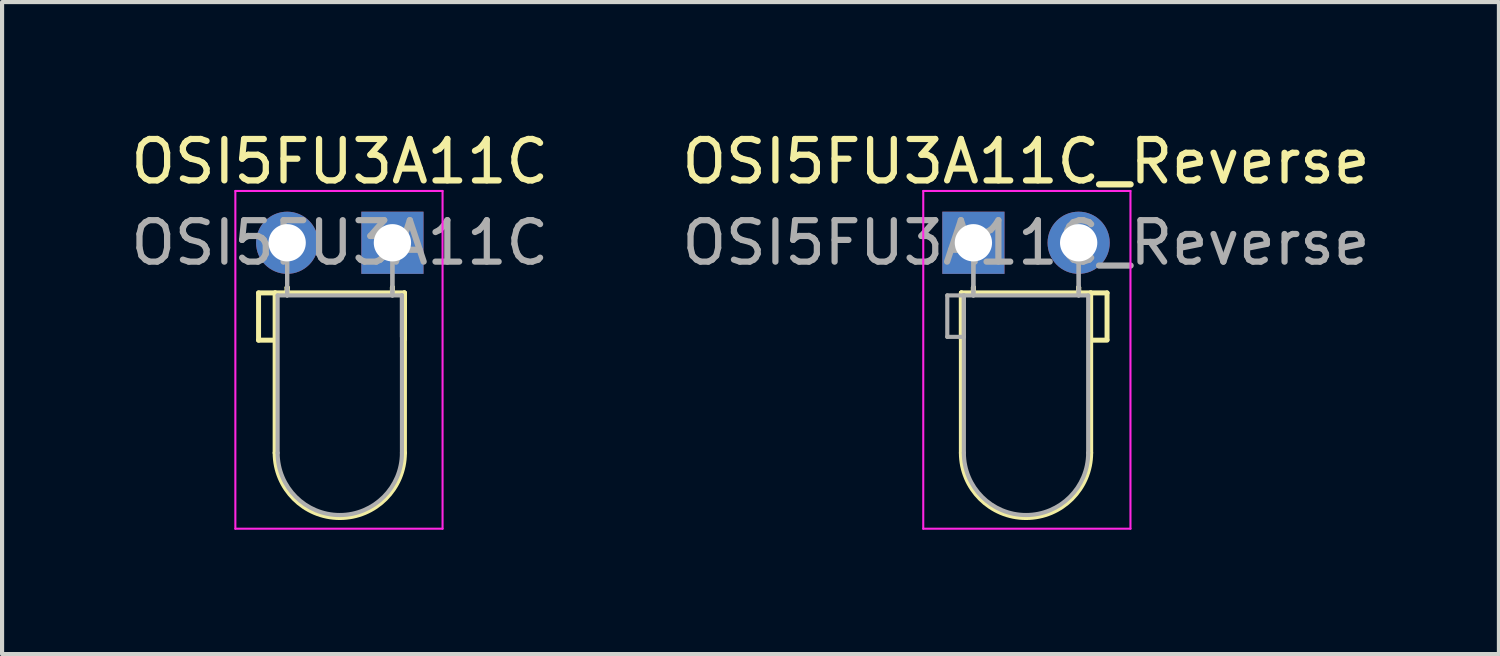
<source format=kicad_pcb>
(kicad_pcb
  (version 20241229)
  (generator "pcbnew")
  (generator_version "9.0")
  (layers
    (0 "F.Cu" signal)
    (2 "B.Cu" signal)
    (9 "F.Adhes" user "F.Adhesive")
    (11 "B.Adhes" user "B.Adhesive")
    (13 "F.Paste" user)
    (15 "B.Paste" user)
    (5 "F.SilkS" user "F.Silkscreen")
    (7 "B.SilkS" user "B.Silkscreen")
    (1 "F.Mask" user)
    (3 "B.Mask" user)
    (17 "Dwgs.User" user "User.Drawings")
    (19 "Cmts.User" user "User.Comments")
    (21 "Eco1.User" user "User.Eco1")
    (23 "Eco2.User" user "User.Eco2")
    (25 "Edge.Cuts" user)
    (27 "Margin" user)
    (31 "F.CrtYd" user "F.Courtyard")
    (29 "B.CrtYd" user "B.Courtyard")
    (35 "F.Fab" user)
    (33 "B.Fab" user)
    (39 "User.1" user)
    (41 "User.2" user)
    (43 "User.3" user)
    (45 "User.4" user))
  (footprint "OSI5FU3A11C"
    (layer "F.Cu")
    (at 3.879 2.808)
    (property "Reference" "OSI5FU3A11C" (at 1.27 -1.96 0) (layer "F.SilkS") (effects (font (size 1 1) (thickness 0.15))))
    (attr through_hole)
    (fp_line (start -0.69 1.21) (end -0.69 2.35) (stroke (width 0.12) (type solid)) (layer "F.SilkS"))
    (fp_line (start -0.69 1.21) (end -0.29 1.21) (stroke (width 0.12) (type solid)) (layer "F.SilkS"))
    (fp_line (start -0.29 1.21) (end -0.29 5.07) (stroke (width 0.12) (type solid)) (layer "F.SilkS"))
    (fp_line (start -0.29 1.21) (end 2.83 1.21) (stroke (width 0.12) (type solid)) (layer "F.SilkS"))
    (fp_line (start -0.29 2.35) (end -0.69 2.35) (stroke (width 0.12) (type solid)) (layer "F.SilkS"))
    (fp_line (start 0 1.08) (end 0 1.08) (stroke (width 0.12) (type solid)) (layer "F.SilkS"))
    (fp_line (start 0 1.08) (end 0 1.21) (stroke (width 0.12) (type solid)) (layer "F.SilkS"))
    (fp_line (start 0 1.21) (end 0 1.08) (stroke (width 0.12) (type solid)) (layer "F.SilkS"))
    (fp_line (start 0 1.21) (end 0 1.21) (stroke (width 0.12) (type solid)) (layer "F.SilkS"))
    (fp_line (start 2.54 1.08) (end 2.54 1.08) (stroke (width 0.12) (type solid)) (layer "F.SilkS"))
    (fp_line (start 2.54 1.08) (end 2.54 1.21) (stroke (width 0.12) (type solid)) (layer "F.SilkS"))
    (fp_line (start 2.54 1.21) (end 2.54 1.08) (stroke (width 0.12) (type solid)) (layer "F.SilkS"))
    (fp_line (start 2.54 1.21) (end 2.54 1.21) (stroke (width 0.12) (type solid)) (layer "F.SilkS"))
    (fp_line (start 2.83 1.21) (end 2.83 5.07) (stroke (width 0.12) (type solid)) (layer "F.SilkS"))
    (fp_line (start 2.83 2.33) (end 2.83 1.21) (stroke (width 0.12) (type solid)) (layer "F.SilkS"))
    (fp_arc (start 2.83 5.07) (mid 1.27 6.63) (end -0.29 5.07) (stroke (width 0.12) (type solid)) (layer "F.SilkS"))
    (fp_line (start -1.25 -1.25) (end -1.25 6.9) (stroke (width 0.05) (type solid)) (layer "F.CrtYd"))
    (fp_line (start -1.25 6.9) (end 3.75 6.9) (stroke (width 0.05) (type solid)) (layer "F.CrtYd"))
    (fp_line (start 3.75 -1.25) (end -1.25 -1.25) (stroke (width 0.05) (type solid)) (layer "F.CrtYd"))
    (fp_line (start 3.75 6.9) (end 3.75 -1.25) (stroke (width 0.05) (type solid)) (layer "F.CrtYd"))
    (fp_line (start -0.23 1.27) (end -0.23 5.07) (stroke (width 0.1) (type solid)) (layer "F.Fab"))
    (fp_line (start -0.23 1.27) (end 2.77 1.27) (stroke (width 0.1) (type solid)) (layer "F.Fab"))
    (fp_line (start 0 0) (end 0 0) (stroke (width 0.1) (type solid)) (layer "F.Fab"))
    (fp_line (start 0 0) (end 0 1.27) (stroke (width 0.1) (type solid)) (layer "F.Fab"))
    (fp_line (start 0 1.27) (end 0 0) (stroke (width 0.1) (type solid)) (layer "F.Fab"))
    (fp_line (start 0 1.27) (end 0 1.27) (stroke (width 0.1) (type solid)) (layer "F.Fab"))
    (fp_line (start 2.54 0) (end 2.54 0) (stroke (width 0.1) (type solid)) (layer "F.Fab"))
    (fp_line (start 2.54 0) (end 2.54 1.27) (stroke (width 0.1) (type solid)) (layer "F.Fab"))
    (fp_line (start 2.54 1.27) (end 2.54 0) (stroke (width 0.1) (type solid)) (layer "F.Fab"))
    (fp_line (start 2.54 1.27) (end 2.54 1.27) (stroke (width 0.1) (type solid)) (layer "F.Fab"))
    (fp_line (start 2.77 1.27) (end 2.77 5.07) (stroke (width 0.1) (type solid)) (layer "F.Fab"))
    (fp_line (start 2.77 2.27) (end 2.77 1.27) (stroke (width 0.1) (type solid)) (layer "F.Fab"))
    (fp_arc (start 2.77 5.07) (mid 1.27 6.57) (end -0.23 5.07) (stroke (width 0.1) (type solid)) (layer "F.Fab"))
    (fp_text user "${REFERENCE}" (at 1.27 0 0) (layer "F.Fab") (effects (font (size 1 1) (thickness 0.15))))
    (pad "1" thru_hole rect (at 2.54 0) (size 1.5 1.5) (drill 0.9) (layers "*.Cu" "*.Mask"))
    (pad "2" thru_hole circle (at 0 0) (size 1.5 1.5) (drill 0.9) (layers "*.Cu" "*.Mask")))
  (footprint "OSI5FU3A11C_Reverse"
    (layer "F.Cu")
    (at 20.438 2.808)
    (property "Reference" "OSI5FU3A11C_Reverse" (at 1.27 -1.96 180) (layer "F.SilkS") (effects (font (size 1 1) (thickness 0.15))))
    (attr through_hole)
    (fp_line (start -0.29 1.21) (end -0.29 5.07) (stroke (width 0.12) (type solid)) (layer "F.SilkS"))
    (fp_line (start -0.29 2.33) (end -0.29 1.21) (stroke (width 0.12) (type solid)) (layer "F.SilkS"))
    (fp_line (start 0 1.08) (end 0 1.08) (stroke (width 0.12) (type solid)) (layer "F.SilkS"))
    (fp_line (start 0 1.08) (end 0 1.21) (stroke (width 0.12) (type solid)) (layer "F.SilkS"))
    (fp_line (start 0 1.21) (end 0 1.08) (stroke (width 0.12) (type solid)) (layer "F.SilkS"))
    (fp_line (start 0 1.21) (end 0 1.21) (stroke (width 0.12) (type solid)) (layer "F.SilkS"))
    (fp_line (start 2.54 1.08) (end 2.54 1.08) (stroke (width 0.12) (type solid)) (layer "F.SilkS"))
    (fp_line (start 2.54 1.08) (end 2.54 1.21) (stroke (width 0.12) (type solid)) (layer "F.SilkS"))
    (fp_line (start 2.54 1.21) (end 2.54 1.08) (stroke (width 0.12) (type solid)) (layer "F.SilkS"))
    (fp_line (start 2.54 1.21) (end 2.54 1.21) (stroke (width 0.12) (type solid)) (layer "F.SilkS"))
    (fp_line (start 2.83 1.21) (end -0.29 1.21) (stroke (width 0.12) (type solid)) (layer "F.SilkS"))
    (fp_line (start 2.83 1.21) (end 2.83 5.07) (stroke (width 0.12) (type solid)) (layer "F.SilkS"))
    (fp_line (start 2.83 2.35) (end 3.225 2.35) (stroke (width 0.12) (type solid)) (layer "F.SilkS"))
    (fp_line (start 3.225 1.21) (end 2.83 1.21) (stroke (width 0.12) (type solid)) (layer "F.SilkS"))
    (fp_line (start 3.225 1.21) (end 3.225 2.335) (stroke (width 0.12) (type solid)) (layer "F.SilkS"))
    (fp_arc (start 2.83 5.07) (mid 1.27 6.63) (end -0.29 5.07) (stroke (width 0.12) (type solid)) (layer "F.SilkS"))
    (fp_line (start -1.21 -1.25) (end 3.79 -1.25) (stroke (width 0.05) (type solid)) (layer "F.CrtYd"))
    (fp_line (start -1.21 6.9) (end -1.21 -1.25) (stroke (width 0.05) (type solid)) (layer "F.CrtYd"))
    (fp_line (start 3.79 -1.25) (end 3.79 6.9) (stroke (width 0.05) (type solid)) (layer "F.CrtYd"))
    (fp_line (start 3.79 6.9) (end -1.21 6.9) (stroke (width 0.05) (type solid)) (layer "F.CrtYd"))
    (fp_line (start -0.63 1.27) (end -0.63 2.27) (stroke (width 0.1) (type solid)) (layer "F.Fab"))
    (fp_line (start -0.63 2.27) (end -0.23 2.27) (stroke (width 0.1) (type solid)) (layer "F.Fab"))
    (fp_line (start -0.23 1.27) (end -0.63 1.27) (stroke (width 0.1) (type solid)) (layer "F.Fab"))
    (fp_line (start -0.23 1.27) (end -0.23 5.07) (stroke (width 0.1) (type solid)) (layer "F.Fab"))
    (fp_line (start -0.23 2.27) (end -0.23 1.27) (stroke (width 0.1) (type solid)) (layer "F.Fab"))
    (fp_line (start 0 0) (end 0 0) (stroke (width 0.1) (type solid)) (layer "F.Fab"))
    (fp_line (start 0 0) (end 0 1.27) (stroke (width 0.1) (type solid)) (layer "F.Fab"))
    (fp_line (start 0 1.27) (end 0 0) (stroke (width 0.1) (type solid)) (layer "F.Fab"))
    (fp_line (start 0 1.27) (end 0 1.27) (stroke (width 0.1) (type solid)) (layer "F.Fab"))
    (fp_line (start 2.54 0) (end 2.54 0) (stroke (width 0.1) (type solid)) (layer "F.Fab"))
    (fp_line (start 2.54 0) (end 2.54 1.27) (stroke (width 0.1) (type solid)) (layer "F.Fab"))
    (fp_line (start 2.54 1.27) (end 2.54 0) (stroke (width 0.1) (type solid)) (layer "F.Fab"))
    (fp_line (start 2.54 1.27) (end 2.54 1.27) (stroke (width 0.1) (type solid)) (layer "F.Fab"))
    (fp_line (start 2.77 1.27) (end -0.23 1.27) (stroke (width 0.1) (type solid)) (layer "F.Fab"))
    (fp_line (start 2.77 1.27) (end 2.77 5.07) (stroke (width 0.1) (type solid)) (layer "F.Fab"))
    (fp_arc (start 2.77 5.07) (mid 1.27 6.57) (end -0.23 5.07) (stroke (width 0.1) (type solid)) (layer "F.Fab"))
    (fp_text user "${REFERENCE}" (at 1.27 0 180) (layer "F.Fab") (effects (font (size 1 1) (thickness 0.15))))
    (pad "1" thru_hole rect (at 0 0 180) (size 1.5 1.5) (drill 0.9) (layers "*.Cu" "*.Mask"))
    (pad "2" thru_hole circle (at 2.54 0 180) (size 1.5 1.5) (drill 0.9) (layers "*.Cu" "*.Mask")))
  (gr_rect
    (start -3 -3)
    (end 33.119 12.733)
    (stroke (width 0.1) (type default))
    (fill no)
    (layer "Edge.Cuts")))
</source>
